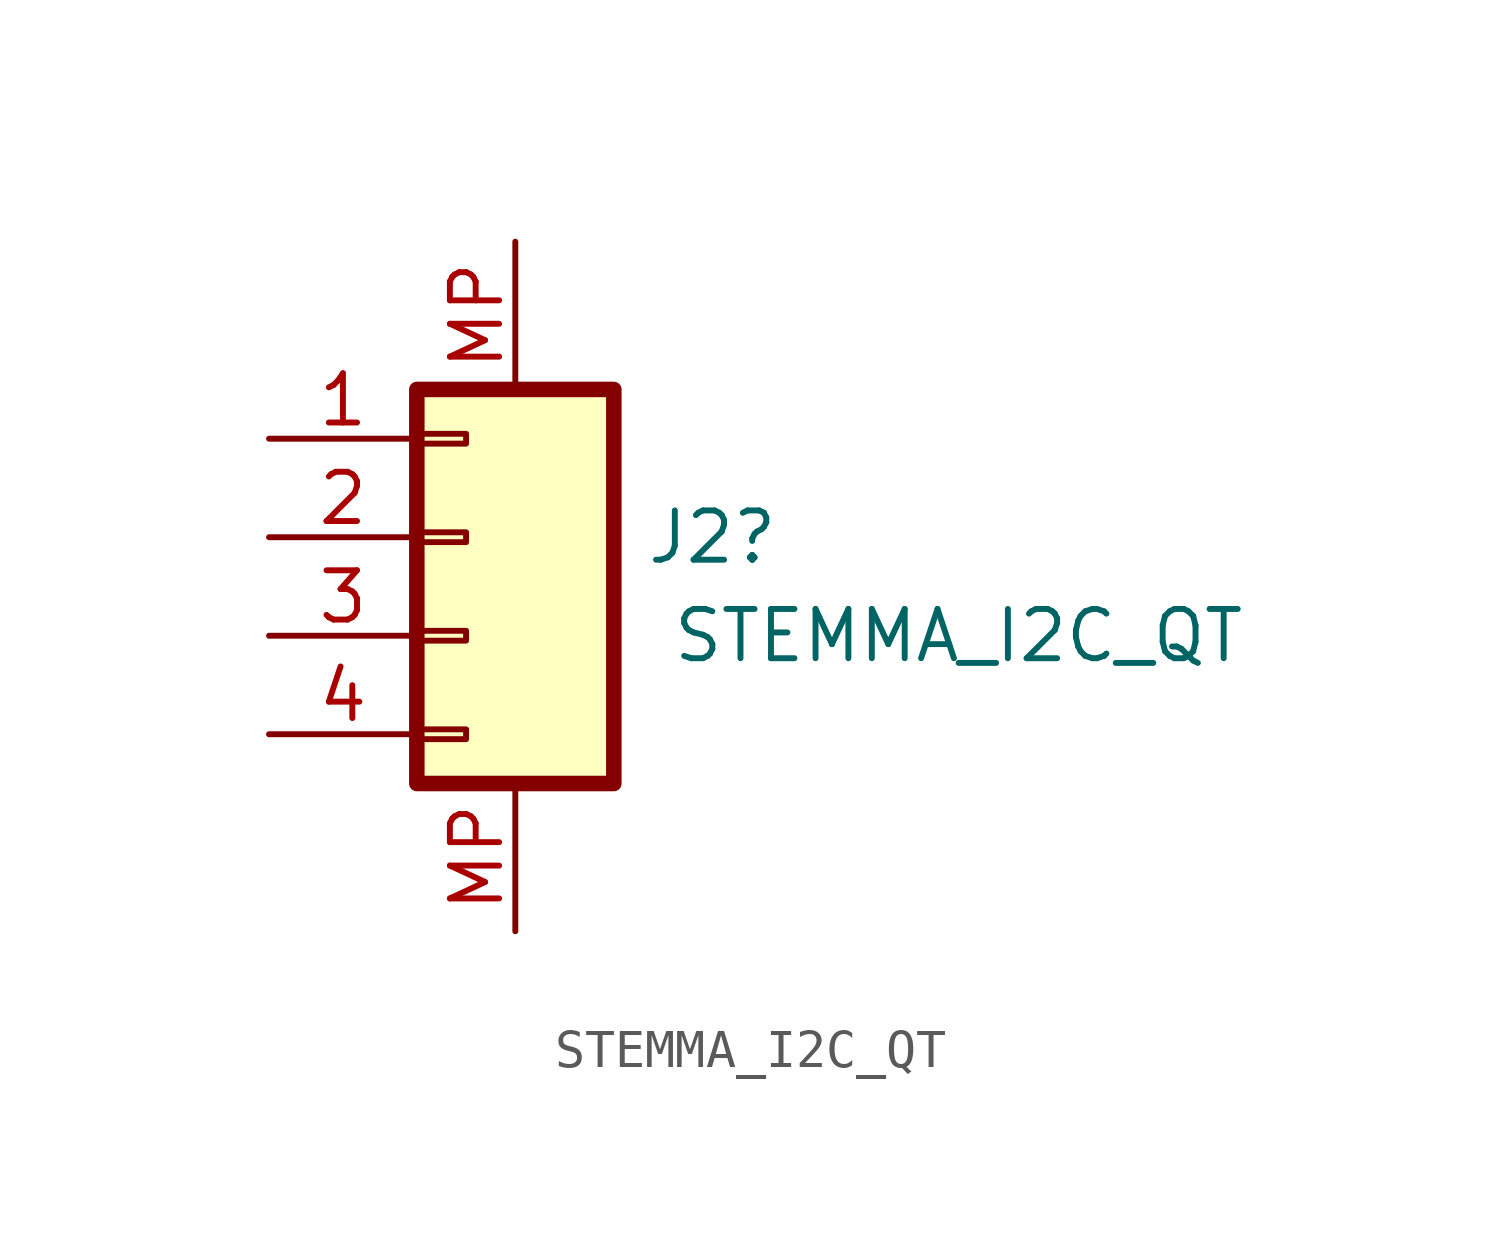
<source format=kicad_sym>
(kicad_symbol_lib
  (version 20231120)
  (generator "kicad_symbol_editor")
  (generator_version "8.0")
  (symbol "STEMMA_I2C_QT"
    (pin_names
      (offset 1.016) hide)
    (property "Reference" "J2"
      (at 6.35 0 0)
      (effects (font (size 1.27 1.27))))
    (property "Value" "STEMMA_I2C_QT"
      (at 12.7 -2.54 0)
      (effects (font (size 1.27 1.27))))
    (symbol "STEMMA_I2C_QT_0_0"
      (pin passive line (at 1.27 -10.16 90) (length 3.81) (name "Mounting_Pad" (effects (font (size 1.27 1.27)))) (number "MP" (effects (font (size 1.27 1.27)))))
      (pin passive line (at 1.27 7.62 270) (length 3.81) (name "Mounting_Pad" (effects (font (size 1.27 1.27)))) (number "MP" (effects (font (size 1.27 1.27))))))
    (symbol "STEMMA_I2C_QT_0_1"
      (rectangle (start -1.27 -6.35) (end 3.81 3.81) (stroke (width 0.4) (type default)) (fill (type background))))
    (symbol "STEMMA_I2C_QT_1_1"
      (rectangle (start -1.27 -4.953) (end 0 -5.207) (stroke (width 0.152) (type default)) (fill (type none)))
      (rectangle (start -1.27 -2.413) (end 0 -2.667) (stroke (width 0.152) (type default)) (fill (type none)))
      (rectangle (start -1.27 0.127) (end 0 -0.127) (stroke (width 0.152) (type default)) (fill (type none)))
      (rectangle (start -1.27 2.667) (end 0 2.413) (stroke (width 0.152) (type default)) (fill (type none)))
      (pin passive line (at -5.08 2.54 0) (length 3.81) (name "Pin_1" (effects (font (size 1.27 1.27)))) (number "1" (effects (font (size 1.27 1.27)))))
      (pin passive line (at -5.08 0 0) (length 3.81) (name "Pin_2" (effects (font (size 1.27 1.27)))) (number "2" (effects (font (size 1.27 1.27)))))
      (pin passive line (at -5.08 -2.54 0) (length 3.81) (name "Pin_3" (effects (font (size 1.27 1.27)))) (number "3" (effects (font (size 1.27 1.27)))))
      (pin passive line (at -5.08 -5.08 0) (length 3.81) (name "Pin_4" (effects (font (size 1.27 1.27)))) (number "4" (effects (font (size 1.27 1.27))))))))
</source>
